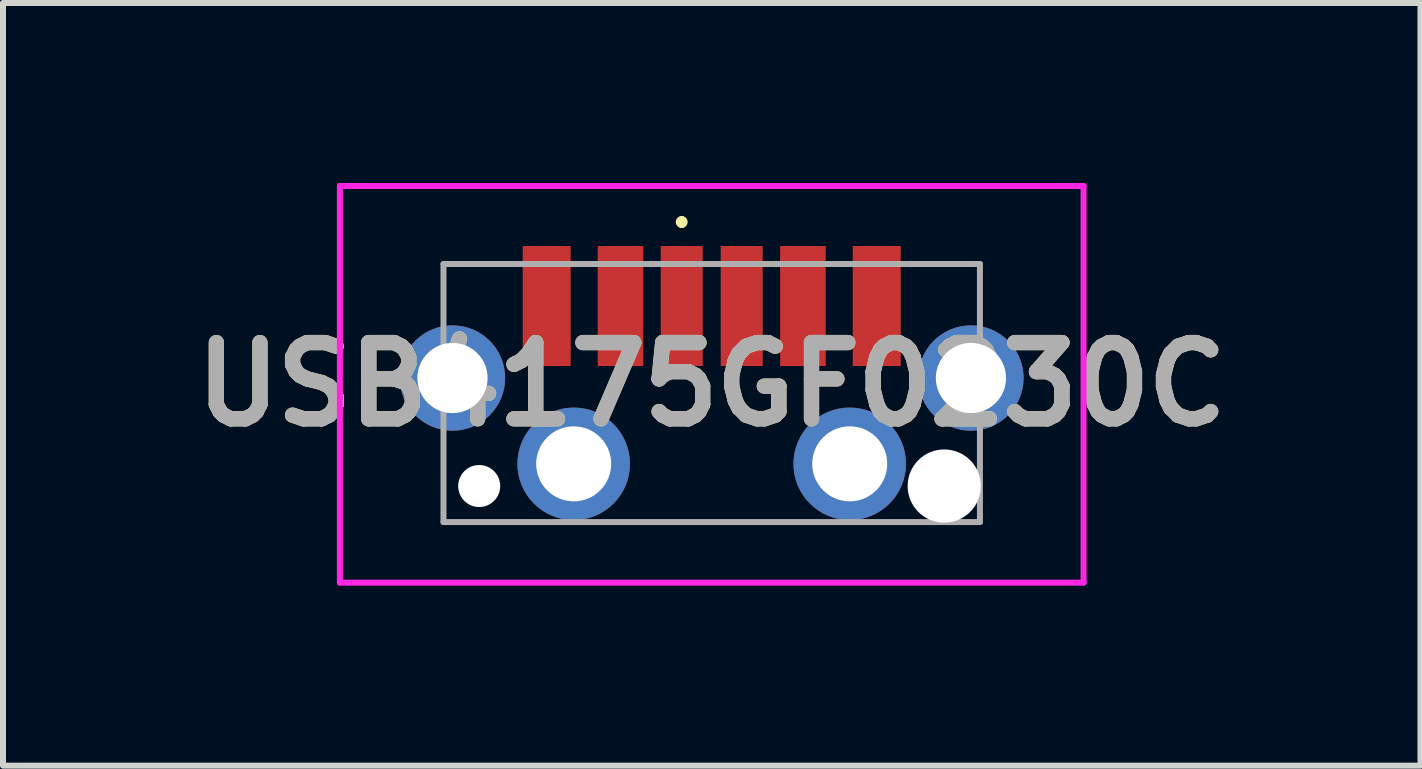
<source format=kicad_pcb>
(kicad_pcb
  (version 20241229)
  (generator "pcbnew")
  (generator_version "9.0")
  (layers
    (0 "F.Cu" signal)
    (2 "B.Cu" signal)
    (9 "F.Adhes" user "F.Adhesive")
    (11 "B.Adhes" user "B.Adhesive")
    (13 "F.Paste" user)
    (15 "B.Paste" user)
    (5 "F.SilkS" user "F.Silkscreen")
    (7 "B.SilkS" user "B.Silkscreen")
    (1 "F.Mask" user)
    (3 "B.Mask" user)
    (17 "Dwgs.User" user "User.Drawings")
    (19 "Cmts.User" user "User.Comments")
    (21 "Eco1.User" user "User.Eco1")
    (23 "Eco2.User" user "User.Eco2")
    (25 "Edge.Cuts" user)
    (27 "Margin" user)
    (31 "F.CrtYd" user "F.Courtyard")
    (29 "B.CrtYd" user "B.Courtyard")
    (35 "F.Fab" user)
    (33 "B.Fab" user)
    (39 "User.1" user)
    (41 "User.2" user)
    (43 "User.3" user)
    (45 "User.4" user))
  (footprint "USB4175GF0230C"
    (layer "F.Cu")
    (at 8.811 3.5)
    (property "Reference" "USB4175GF0230C" (at 0 -0.145 0) (layer "F.SilkS") (effects (font (size 1.27 1.27) (thickness 0.254))))
    (attr through_hole)
    (fp_line (start -0.5 -2.9) (end -0.5 -2.9) (stroke (width 0.1) (type solid)) (layer "F.SilkS"))
    (fp_line (start -0.5 -2.8) (end -0.5 -2.8) (stroke (width 0.1) (type solid)) (layer "F.SilkS"))
    (fp_arc (start -0.5 -2.9) (mid -0.45 -2.85) (end -0.5 -2.8) (stroke (width 0.1) (type solid)) (layer "F.SilkS"))
    (fp_arc (start -0.5 -2.8) (mid -0.55 -2.85) (end -0.5 -2.9) (stroke (width 0.1) (type solid)) (layer "F.SilkS"))
    (fp_line (start -6.197 -3.45) (end 6.197 -3.45) (stroke (width 0.1) (type solid)) (layer "F.CrtYd"))
    (fp_line (start -6.197 3.16) (end -6.197 -3.45) (stroke (width 0.1) (type solid)) (layer "F.CrtYd"))
    (fp_line (start 6.197 -3.45) (end 6.197 3.16) (stroke (width 0.1) (type solid)) (layer "F.CrtYd"))
    (fp_line (start 6.197 3.16) (end -6.197 3.16) (stroke (width 0.1) (type solid)) (layer "F.CrtYd"))
    (fp_line (start -4.47 -2.15) (end 4.47 -2.15) (stroke (width 0.1) (type solid)) (layer "F.Fab"))
    (fp_line (start -4.47 2.15) (end -4.47 -2.15) (stroke (width 0.1) (type solid)) (layer "F.Fab"))
    (fp_line (start 4.47 -2.15) (end 4.47 2.15) (stroke (width 0.1) (type solid)) (layer "F.Fab"))
    (fp_line (start 4.47 2.15) (end -4.47 2.15) (stroke (width 0.1) (type solid)) (layer "F.Fab"))
    (fp_text user "${REFERENCE}" (at 0 -0.145 0) (layer "F.Fab") (effects (font (size 1.27 1.27) (thickness 0.254))))
    (pad "" np_thru_hole circle (at -3.875 1.55) (size 0.7 0.7) (drill 0.7) (layers "*.Cu" "*.Mask"))
    (pad "" np_thru_hole circle (at 3.875 1.55) (size 1.22 1.22) (drill 1.22) (layers "*.Cu" "*.Mask"))
    (pad "1" thru_hole circle (at -4.32 -0.25) (size 1.755 1.755) (drill 1.17) (layers "*.Cu" "*.Mask"))
    (pad "2" thru_hole circle (at 4.32 -0.25) (size 1.755 1.755) (drill 1.17) (layers "*.Cu" "*.Mask"))
    (pad "3" thru_hole circle (at -2.3 1.18) (size 1.875 1.875) (drill 1.25) (layers "*.Cu" "*.Mask"))
    (pad "4" thru_hole circle (at 2.3 1.18) (size 1.875 1.875) (drill 1.25) (layers "*.Cu" "*.Mask"))
    (pad "A5" smd rect (at -0.5 -1.45) (size 0.7 2) (layers "F.Cu" "F.Mask" "F.Paste"))
    (pad "A9" smd rect (at 1.52 -1.45) (size 0.76 2) (layers "F.Cu" "F.Mask" "F.Paste"))
    (pad "A12" smd rect (at 2.75 -1.45) (size 0.8 2) (layers "F.Cu" "F.Mask" "F.Paste"))
    (pad "B5" smd rect (at 0.5 -1.45) (size 0.7 2) (layers "F.Cu" "F.Mask" "F.Paste"))
    (pad "B9" smd rect (at -1.52 -1.45) (size 0.76 2) (layers "F.Cu" "F.Mask" "F.Paste"))
    (pad "B12" smd rect (at -2.75 -1.45) (size 0.8 2) (layers "F.Cu" "F.Mask" "F.Paste")))
  (gr_rect
    (start -3 -3)
    (end 20.623 9.71)
    (stroke (width 0.1) (type default))
    (fill no)
    (layer "Edge.Cuts")))
</source>
